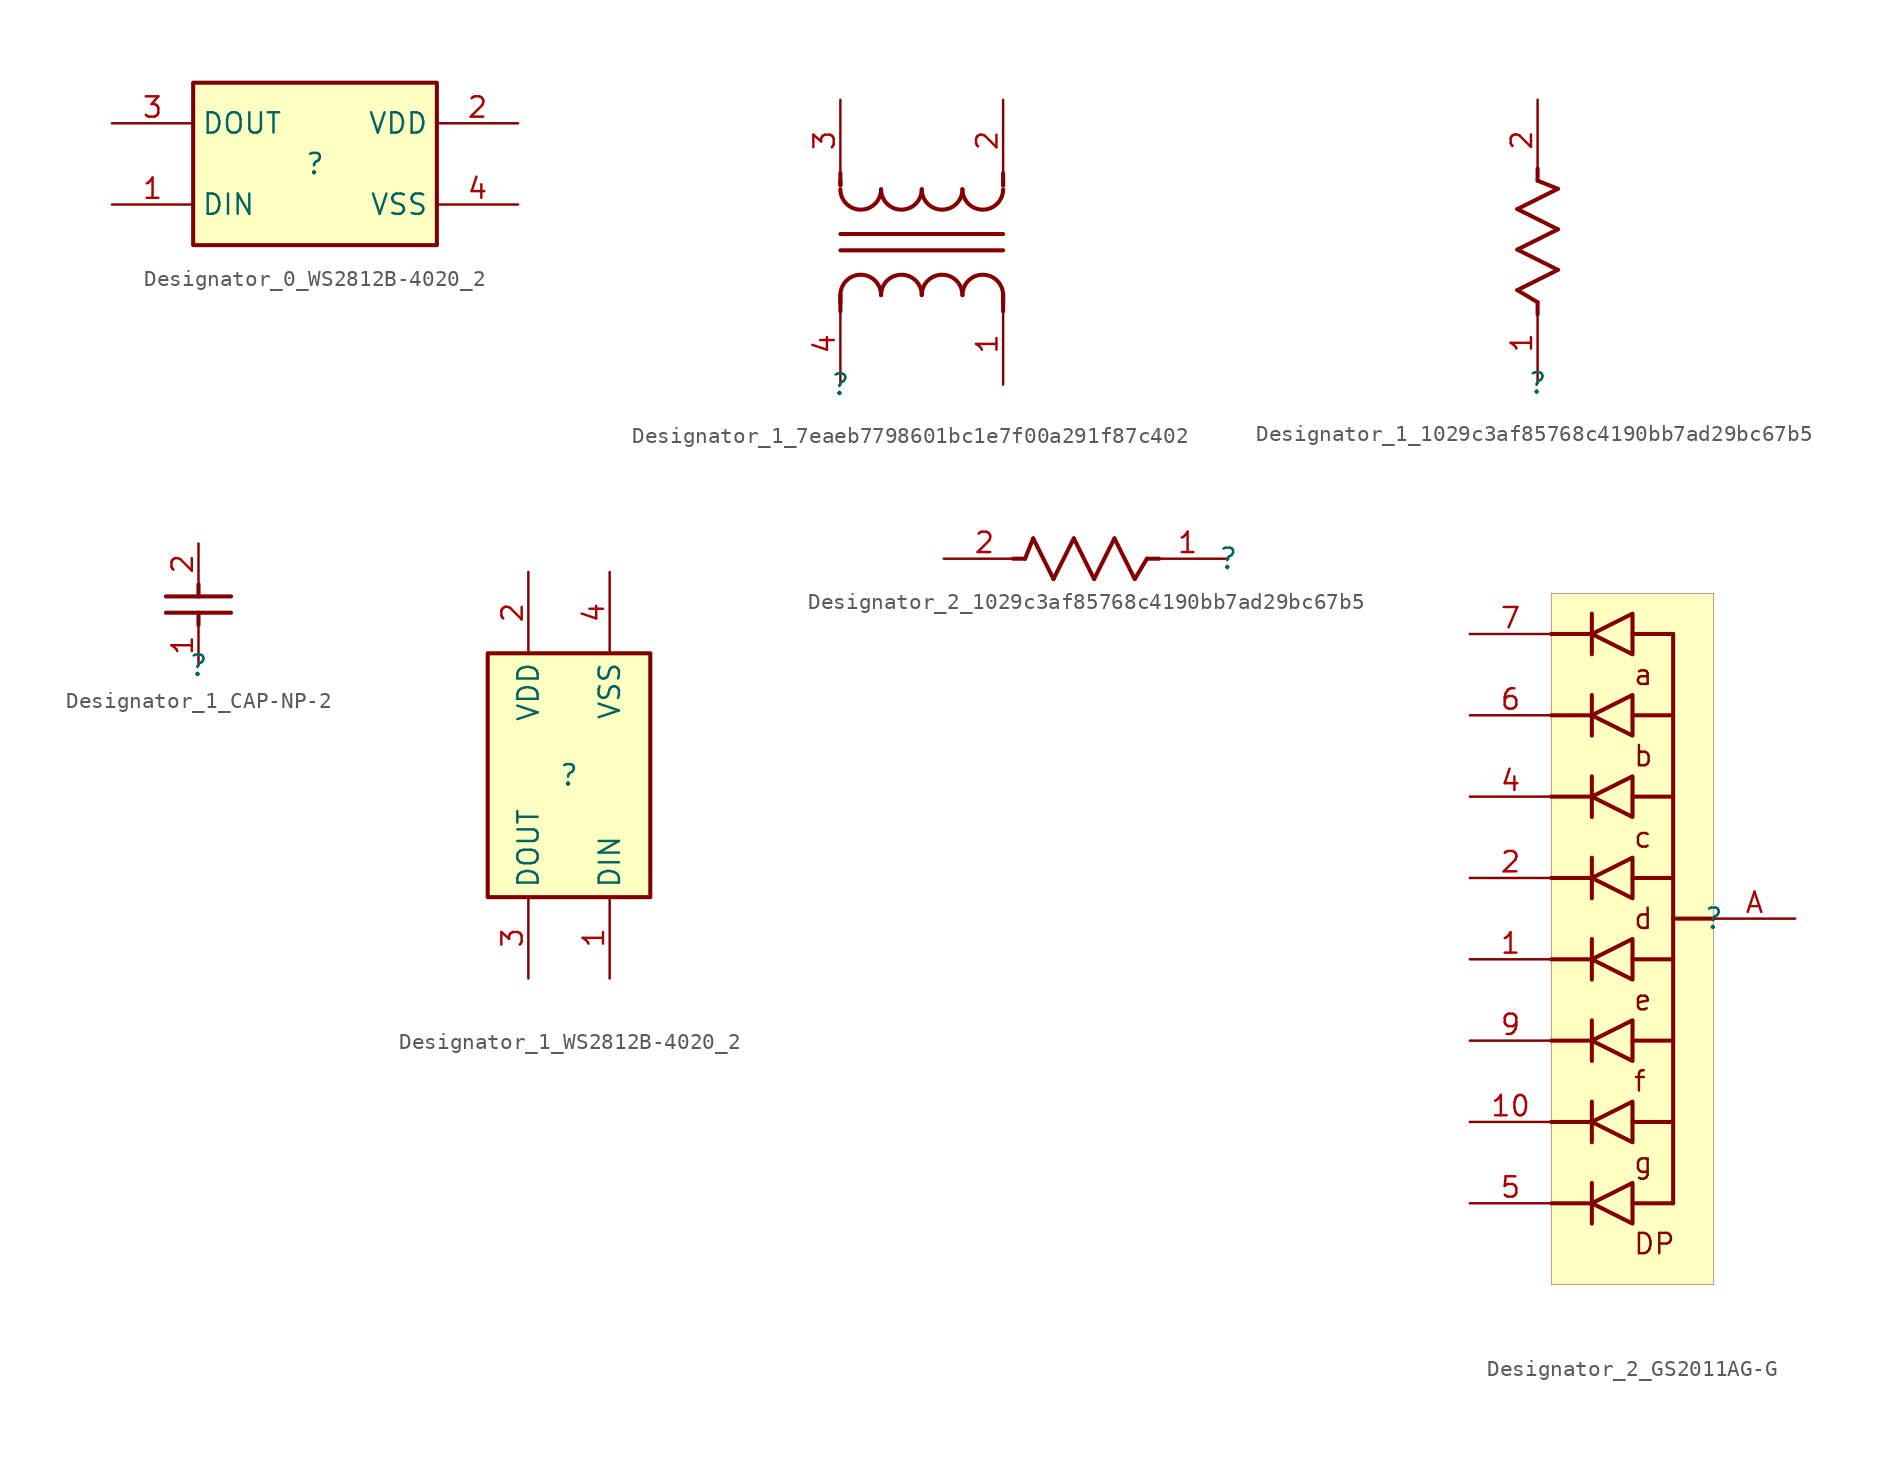
<source format=kicad_sym>
(kicad_symbol_lib
  (version 20231120)
  (generator "kicad_symbol_editor")
  (generator_version "8.0")
  (symbol "Designator_0_WS2812B-4020_2"
    (property "Reference" ""
      (at 0 0 0)
      (effects (font (size 1.27 1.27))))
    (property "Value" ""
      (at 0 0 0)
      (effects (font (size 1.27 1.27))))
    (symbol "Designator_0_WS2812B-4020_2_1_0"
      (rectangle (start 7.62 5.08) (end -7.62 -5.08) (stroke (width 0.254) (type solid) (color 128 0 0 1)) (fill (type background)))
      (pin input line (at -12.7 -2.54 0) (length 5.08) (name "DIN" (effects (font (size 1.27 1.27)))) (number "1" (effects (font (size 1.27 1.27)))))
      (pin power_in line (at 12.7 2.54 180) (length 5.08) (name "VDD" (effects (font (size 1.27 1.27)))) (number "2" (effects (font (size 1.27 1.27)))))
      (pin output line (at -12.7 2.54 0) (length 5.08) (name "DOUT" (effects (font (size 1.27 1.27)))) (number "3" (effects (font (size 1.27 1.27)))))
      (pin power_in line (at 12.7 -2.54 180) (length 5.08) (name "VSS" (effects (font (size 1.27 1.27)))) (number "4" (effects (font (size 1.27 1.27)))))))
  (symbol "Designator_1_7eaeb7798601bc1e7f00a291f87c402"
    (property "Reference" ""
      (at 0 0 0)
      (effects (font (size 1.27 1.27))))
    (property "Value" ""
      (at 0 0 0)
      (effects (font (size 1.27 1.27))))
    (symbol "Designator_1_7eaeb7798601bc1e7f00a291f87c402_1_0"
      (polyline (pts (xy 0 5.588) (xy 0 4.572)) (stroke (width 0.254) (type solid)) (fill (type none)))
      (polyline (pts (xy 0 5.588) (xy 0 5.08)) (stroke (width 0.254) (type solid)) (fill (type none)))
      (polyline (pts (xy 0 8.382) (xy 10.16 8.382)) (stroke (width 0.254) (type solid)) (fill (type none)))
      (polyline (pts (xy 0 9.398) (xy 10.16 9.398)) (stroke (width 0.254) (type solid)) (fill (type none)))
      (polyline (pts (xy 0 12.446) (xy 0 12.7)) (stroke (width 0.254) (type solid)) (fill (type none)))
      (polyline (pts (xy 0 12.446) (xy 0 13.208)) (stroke (width 0.254) (type solid)) (fill (type none)))
      (polyline (pts (xy 10.16 5.588) (xy 10.16 4.572)) (stroke (width 0.254) (type solid)) (fill (type none)))
      (polyline (pts (xy 10.16 5.588) (xy 10.16 5.08)) (stroke (width 0.254) (type solid)) (fill (type none)))
      (polyline (pts (xy 10.16 12.446) (xy 10.16 12.7)) (stroke (width 0.254) (type solid)) (fill (type none)))
      (polyline (pts (xy 10.16 12.446) (xy 10.16 13.208)) (stroke (width 0.254) (type solid)) (fill (type none)))
      (arc (start 0 12.192) (mid 1.27 10.922) (end 2.54 12.192) (stroke (width 0.254) (type solid)) (fill (type none)))
      (arc (start 2.54 5.588) (mid 1.27 6.858) (end 0 5.588) (stroke (width 0.254) (type solid)) (fill (type none)))
      (arc (start 2.54 12.192) (mid 3.81 10.922) (end 5.08 12.192) (stroke (width 0.254) (type solid)) (fill (type none)))
      (arc (start 5.08 5.588) (mid 3.81 6.858) (end 2.54 5.588) (stroke (width 0.254) (type solid)) (fill (type none)))
      (arc (start 5.08 12.192) (mid 6.35 10.922) (end 7.62 12.192) (stroke (width 0.254) (type solid)) (fill (type none)))
      (arc (start 7.62 5.588) (mid 6.35 6.858) (end 5.08 5.588) (stroke (width 0.254) (type solid)) (fill (type none)))
      (arc (start 7.62 12.192) (mid 8.89 10.922) (end 10.16 12.192) (stroke (width 0.254) (type solid)) (fill (type none)))
      (arc (start 10.16 5.588) (mid 8.89 6.858) (end 7.62 5.588) (stroke (width 0.254) (type solid)) (fill (type none)))
      (pin passive line (at 10.16 0 90) (length 5.08) (name "1" (effects (font (size 0 0)))) (number "1" (effects (font (size 1.27 1.27)))))
      (pin passive line (at 10.16 17.78 270) (length 5.08) (name "2" (effects (font (size 0 0)))) (number "2" (effects (font (size 1.27 1.27)))))
      (pin passive line (at 0 17.78 270) (length 5.08) (name "3" (effects (font (size 0 0)))) (number "3" (effects (font (size 1.27 1.27)))))
      (pin passive line (at 0 0 90) (length 5.08) (name "4" (effects (font (size 0 0)))) (number "4" (effects (font (size 1.27 1.27)))))))
  (symbol "Designator_1_1029c3af85768c4190bb7ad29bc67b5"
    (property "Reference" ""
      (at 0 0 0)
      (effects (font (size 1.27 1.27))))
    (property "Value" ""
      (at 0 0 0)
      (effects (font (size 1.27 1.27))))
    (symbol "Designator_1_1029c3af85768c4190bb7ad29bc67b5_1_0"
      (polyline (pts (xy -1.27 5.842) (xy 1.27 7.112)) (stroke (width 0.254) (type solid)) (fill (type none)))
      (polyline (pts (xy -1.27 8.382) (xy 1.27 9.652)) (stroke (width 0.254) (type solid)) (fill (type none)))
      (polyline (pts (xy -1.27 10.922) (xy 1.27 12.192)) (stroke (width 0.254) (type solid)) (fill (type none)))
      (polyline (pts (xy 0 5.08) (xy -1.27 5.842)) (stroke (width 0.254) (type solid)) (fill (type none)))
      (polyline (pts (xy 0 5.08) (xy 0 4.318)) (stroke (width 0.254) (type solid)) (fill (type none)))
      (polyline (pts (xy 0 12.7) (xy 0 13.462)) (stroke (width 0.254) (type solid)) (fill (type none)))
      (polyline (pts (xy 1.27 7.112) (xy -1.27 8.382)) (stroke (width 0.254) (type solid)) (fill (type none)))
      (polyline (pts (xy 1.27 9.652) (xy -1.27 10.922)) (stroke (width 0.254) (type solid)) (fill (type none)))
      (polyline (pts (xy 1.27 12.192) (xy 0 12.7)) (stroke (width 0.254) (type solid)) (fill (type none)))
      (pin passive line (at 0 0 90) (length 5.08) (name "1" (effects (font (size 0 0)))) (number "1" (effects (font (size 1.27 1.27)))))
      (pin passive line (at 0 17.78 270) (length 5.08) (name "2" (effects (font (size 0 0)))) (number "2" (effects (font (size 1.27 1.27)))))))
  (symbol "Designator_1_CAP-NP-2"
    (property "Reference" ""
      (at 0 0 0)
      (effects (font (size 1.27 1.27))))
    (property "Value" ""
      (at 0 0 0)
      (effects (font (size 1.27 1.27))))
    (symbol "Designator_1_CAP-NP-2_1_0"
      (polyline (pts (xy -2.032 4.318) (xy 2.032 4.318)) (stroke (width 0.254) (type solid)) (fill (type none)))
      (polyline (pts (xy 0 2.54) (xy 0 3.302)) (stroke (width 0.254) (type solid)) (fill (type none)))
      (polyline (pts (xy 0 5.08) (xy 0 4.318)) (stroke (width 0.254) (type solid)) (fill (type none)))
      (polyline (pts (xy 2.032 3.302) (xy -2.032 3.302)) (stroke (width 0.254) (type solid)) (fill (type none)))
      (pin passive line (at 0 0 90) (length 2.54) (name "1" (effects (font (size 0 0)))) (number "1" (effects (font (size 1.27 1.27)))))
      (pin passive line (at 0 7.62 270) (length 2.54) (name "2" (effects (font (size 0 0)))) (number "2" (effects (font (size 1.27 1.27)))))))
  (symbol "Designator_1_WS2812B-4020_2"
    (property "Reference" ""
      (at 0 0 0)
      (effects (font (size 1.27 1.27))))
    (property "Value" ""
      (at 0 0 0)
      (effects (font (size 1.27 1.27))))
    (symbol "Designator_1_WS2812B-4020_2_1_0"
      (rectangle (start 5.08 7.62) (end -5.08 -7.62) (stroke (width 0.254) (type solid) (color 128 0 0 1)) (fill (type background)))
      (pin input line (at 2.54 -12.7 90) (length 5.08) (name "DIN" (effects (font (size 1.27 1.27)))) (number "1" (effects (font (size 1.27 1.27)))))
      (pin power_in line (at -2.54 12.7 270) (length 5.08) (name "VDD" (effects (font (size 1.27 1.27)))) (number "2" (effects (font (size 1.27 1.27)))))
      (pin output line (at -2.54 -12.7 90) (length 5.08) (name "DOUT" (effects (font (size 1.27 1.27)))) (number "3" (effects (font (size 1.27 1.27)))))
      (pin power_in line (at 2.54 12.7 270) (length 5.08) (name "VSS" (effects (font (size 1.27 1.27)))) (number "4" (effects (font (size 1.27 1.27)))))))
  (symbol "Designator_2_1029c3af85768c4190bb7ad29bc67b5"
    (property "Reference" ""
      (at 0 0 0)
      (effects (font (size 1.27 1.27))))
    (property "Value" ""
      (at 0 0 0)
      (effects (font (size 1.27 1.27))))
    (symbol "Designator_2_1029c3af85768c4190bb7ad29bc67b5_1_0"
      (polyline (pts (xy -12.7 0) (xy -13.462 0)) (stroke (width 0.254) (type solid)) (fill (type none)))
      (polyline (pts (xy -12.192 1.27) (xy -12.7 0)) (stroke (width 0.254) (type solid)) (fill (type none)))
      (polyline (pts (xy -10.922 -1.27) (xy -12.192 1.27)) (stroke (width 0.254) (type solid)) (fill (type none)))
      (polyline (pts (xy -9.652 1.27) (xy -10.922 -1.27)) (stroke (width 0.254) (type solid)) (fill (type none)))
      (polyline (pts (xy -8.382 -1.27) (xy -9.652 1.27)) (stroke (width 0.254) (type solid)) (fill (type none)))
      (polyline (pts (xy -7.112 1.27) (xy -8.382 -1.27)) (stroke (width 0.254) (type solid)) (fill (type none)))
      (polyline (pts (xy -5.842 -1.27) (xy -7.112 1.27)) (stroke (width 0.254) (type solid)) (fill (type none)))
      (polyline (pts (xy -5.08 0) (xy -5.842 -1.27)) (stroke (width 0.254) (type solid)) (fill (type none)))
      (polyline (pts (xy -5.08 0) (xy -4.318 0)) (stroke (width 0.254) (type solid)) (fill (type none)))
      (pin passive line (at 0 0 180) (length 5.08) (name "1" (effects (font (size 0 0)))) (number "1" (effects (font (size 1.27 1.27)))))
      (pin passive line (at -17.78 0 0) (length 5.08) (name "2" (effects (font (size 0 0)))) (number "2" (effects (font (size 1.27 1.27)))))))
  (symbol "Designator_2_GS2011AG-G"
    (property "Reference" ""
      (at 0 0 0)
      (effects (font (size 1.27 1.27))))
    (property "Value" ""
      (at 0 0 0)
      (effects (font (size 1.27 1.27))))
    (symbol "Designator_2_GS2011AG-G_1_0"
      (polyline (pts (xy -7.62 -19.05) (xy -7.62 -16.51)) (stroke (width 0.254) (type solid)) (fill (type none)))
      (polyline (pts (xy -7.62 -17.78) (xy -10.16 -17.78)) (stroke (width 0.254) (type solid)) (fill (type none)))
      (polyline (pts (xy -7.62 -13.97) (xy -7.62 -11.43)) (stroke (width 0.254) (type solid)) (fill (type none)))
      (polyline (pts (xy -7.62 -12.7) (xy -10.16 -12.7)) (stroke (width 0.254) (type solid)) (fill (type none)))
      (polyline (pts (xy -7.62 -8.89) (xy -7.62 -6.35)) (stroke (width 0.254) (type solid)) (fill (type none)))
      (polyline (pts (xy -7.62 -7.62) (xy -10.16 -7.62)) (stroke (width 0.254) (type solid)) (fill (type none)))
      (polyline (pts (xy -7.62 -3.81) (xy -7.62 -1.27)) (stroke (width 0.254) (type solid)) (fill (type none)))
      (polyline (pts (xy -7.62 -2.54) (xy -10.16 -2.54)) (stroke (width 0.254) (type solid)) (fill (type none)))
      (polyline (pts (xy -7.62 1.27) (xy -7.62 3.81)) (stroke (width 0.254) (type solid)) (fill (type none)))
      (polyline (pts (xy -7.62 2.54) (xy -10.16 2.54)) (stroke (width 0.254) (type solid)) (fill (type none)))
      (polyline (pts (xy -7.62 6.35) (xy -7.62 8.89)) (stroke (width 0.254) (type solid)) (fill (type none)))
      (polyline (pts (xy -7.62 7.62) (xy -10.16 7.62)) (stroke (width 0.254) (type solid)) (fill (type none)))
      (polyline (pts (xy -7.62 11.43) (xy -7.62 13.97)) (stroke (width 0.254) (type solid)) (fill (type none)))
      (polyline (pts (xy -7.62 12.7) (xy -10.16 12.7)) (stroke (width 0.254) (type solid)) (fill (type none)))
      (polyline (pts (xy -7.62 16.51) (xy -7.62 19.05)) (stroke (width 0.254) (type solid)) (fill (type none)))
      (polyline (pts (xy -7.62 17.78) (xy -10.16 17.78)) (stroke (width 0.254) (type solid)) (fill (type none)))
      (polyline (pts (xy -2.54 -17.78) (xy -5.08 -17.78)) (stroke (width 0.254) (type solid)) (fill (type none)))
      (polyline (pts (xy -2.54 -17.78) (xy -2.54 0)) (stroke (width 0.254) (type solid)) (fill (type none)))
      (polyline (pts (xy -2.54 -12.7) (xy -5.08 -12.7)) (stroke (width 0.254) (type solid)) (fill (type none)))
      (polyline (pts (xy -2.54 -7.62) (xy -5.08 -7.62)) (stroke (width 0.254) (type solid)) (fill (type none)))
      (polyline (pts (xy -2.54 -2.54) (xy -5.08 -2.54)) (stroke (width 0.254) (type solid)) (fill (type none)))
      (polyline (pts (xy -2.54 0) (xy -2.54 17.78)) (stroke (width 0.254) (type solid)) (fill (type none)))
      (polyline (pts (xy -2.54 2.54) (xy -5.08 2.54)) (stroke (width 0.254) (type solid)) (fill (type none)))
      (polyline (pts (xy -2.54 7.62) (xy -5.08 7.62)) (stroke (width 0.254) (type solid)) (fill (type none)))
      (polyline (pts (xy -2.54 12.7) (xy -5.08 12.7)) (stroke (width 0.254) (type solid)) (fill (type none)))
      (polyline (pts (xy -2.54 17.78) (xy -5.08 17.78)) (stroke (width 0.254) (type solid)) (fill (type none)))
      (polyline (pts (xy 0 0) (xy -2.54 0)) (stroke (width 0.254) (type solid)) (fill (type none)))
      (polyline (pts (xy -5.08 -19.05) (xy -5.08 -16.51) (xy -7.62 -17.78) (xy -5.08 -19.05)) (stroke (width 0.254) (type solid)) (fill (type none)))
      (polyline (pts (xy -5.08 -13.97) (xy -5.08 -11.43) (xy -7.62 -12.7) (xy -5.08 -13.97)) (stroke (width 0.254) (type solid)) (fill (type none)))
      (polyline (pts (xy -5.08 -8.89) (xy -5.08 -6.35) (xy -7.62 -7.62) (xy -5.08 -8.89)) (stroke (width 0.254) (type solid)) (fill (type none)))
      (polyline (pts (xy -5.08 -3.81) (xy -5.08 -1.27) (xy -7.62 -2.54) (xy -5.08 -3.81)) (stroke (width 0.254) (type solid)) (fill (type none)))
      (polyline (pts (xy -5.08 1.27) (xy -5.08 3.81) (xy -7.62 2.54) (xy -5.08 1.27)) (stroke (width 0.254) (type solid)) (fill (type none)))
      (polyline (pts (xy -5.08 6.35) (xy -5.08 8.89) (xy -7.62 7.62) (xy -5.08 6.35)) (stroke (width 0.254) (type solid)) (fill (type none)))
      (polyline (pts (xy -5.08 11.43) (xy -5.08 13.97) (xy -7.62 12.7) (xy -5.08 11.43)) (stroke (width 0.254) (type solid)) (fill (type none)))
      (polyline (pts (xy -5.08 16.51) (xy -5.08 19.05) (xy -7.62 17.78) (xy -5.08 16.51)) (stroke (width 0.254) (type solid)) (fill (type none)))
      (rectangle (start 0 20.32) (end -10.16 -22.86) (stroke (width 0.025) (type solid) (color 128 0 0 1)) (fill (type background)))
      (text "a" (at -5.08 15.24 0) (effects (font (size 1.27 1.27)) (justify left)))
      (text "b" (at -5.08 10.16 0) (effects (font (size 1.27 1.27)) (justify left)))
      (text "c" (at -5.08 5.08 0) (effects (font (size 1.27 1.27)) (justify left)))
      (text "d" (at -5.08 0 0) (effects (font (size 1.27 1.27)) (justify left)))
      (text "DP" (at -5.08 -20.32 0) (effects (font (size 1.27 1.27)) (justify left)))
      (text "e" (at -5.08 -5.08 0) (effects (font (size 1.27 1.27)) (justify left)))
      (text "f" (at -5.08 -10.16 0) (effects (font (size 1.27 1.27)) (justify left)))
      (text "g" (at -5.08 -15.24 0) (effects (font (size 1.27 1.27)) (justify left)))
      (pin passive line (at -15.24 -2.54 0) (length 5.08) (name "1" (effects (font (size 0 0)))) (number "1" (effects (font (size 1.27 1.27)))))
      (pin passive line (at -15.24 -12.7 0) (length 5.08) (name "10" (effects (font (size 0 0)))) (number "10" (effects (font (size 1.27 1.27)))))
      (pin passive line (at -15.24 2.54 0) (length 5.08) (name "2" (effects (font (size 0 0)))) (number "2" (effects (font (size 1.27 1.27)))))
      (pin passive line (at -15.24 7.62 0) (length 5.08) (name "4" (effects (font (size 0 0)))) (number "4" (effects (font (size 1.27 1.27)))))
      (pin passive line (at -15.24 -17.78 0) (length 5.08) (name "5" (effects (font (size 0 0)))) (number "5" (effects (font (size 1.27 1.27)))))
      (pin passive line (at -15.24 12.7 0) (length 5.08) (name "6" (effects (font (size 0 0)))) (number "6" (effects (font (size 1.27 1.27)))))
      (pin passive line (at -15.24 17.78 0) (length 5.08) (name "7" (effects (font (size 0 0)))) (number "7" (effects (font (size 1.27 1.27)))))
      (pin passive line (at -15.24 -7.62 0) (length 5.08) (name "9" (effects (font (size 0 0)))) (number "9" (effects (font (size 1.27 1.27)))))
      (pin passive line (at 5.08 0 180) (length 5.08) (name "A" (effects (font (size 0 0)))) (number "A" (effects (font (size 1.27 1.27))))))))
</source>
